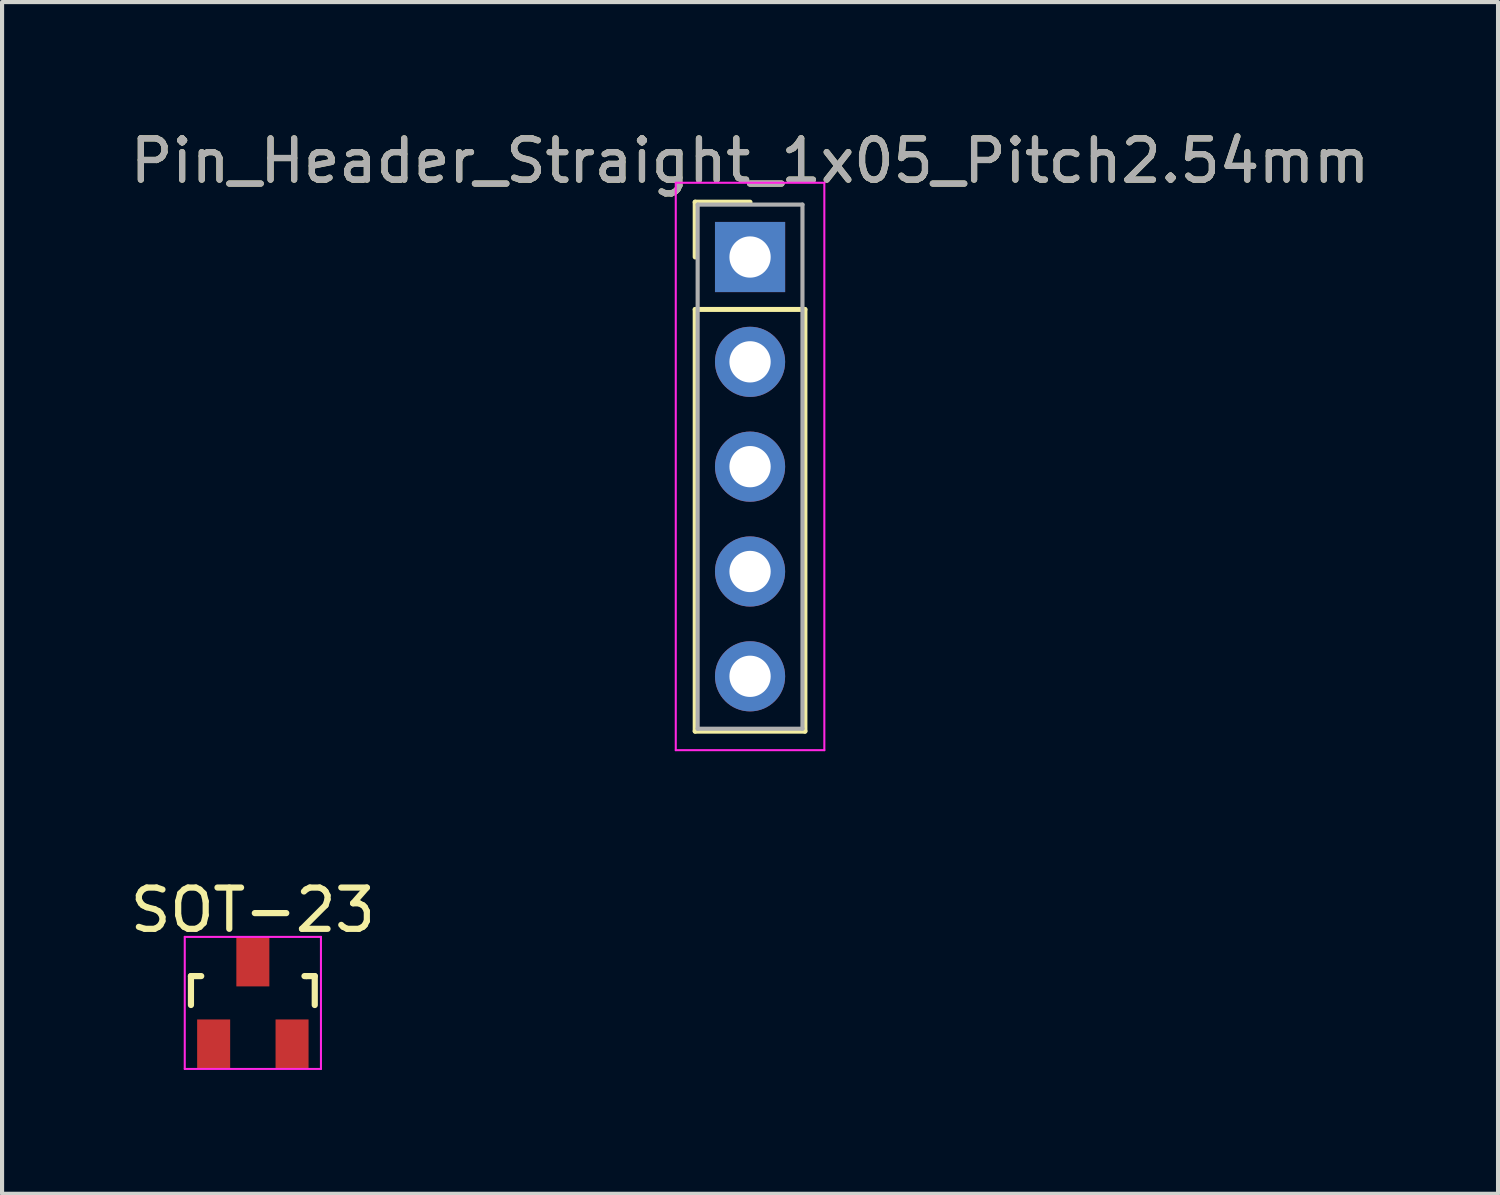
<source format=kicad_pcb>
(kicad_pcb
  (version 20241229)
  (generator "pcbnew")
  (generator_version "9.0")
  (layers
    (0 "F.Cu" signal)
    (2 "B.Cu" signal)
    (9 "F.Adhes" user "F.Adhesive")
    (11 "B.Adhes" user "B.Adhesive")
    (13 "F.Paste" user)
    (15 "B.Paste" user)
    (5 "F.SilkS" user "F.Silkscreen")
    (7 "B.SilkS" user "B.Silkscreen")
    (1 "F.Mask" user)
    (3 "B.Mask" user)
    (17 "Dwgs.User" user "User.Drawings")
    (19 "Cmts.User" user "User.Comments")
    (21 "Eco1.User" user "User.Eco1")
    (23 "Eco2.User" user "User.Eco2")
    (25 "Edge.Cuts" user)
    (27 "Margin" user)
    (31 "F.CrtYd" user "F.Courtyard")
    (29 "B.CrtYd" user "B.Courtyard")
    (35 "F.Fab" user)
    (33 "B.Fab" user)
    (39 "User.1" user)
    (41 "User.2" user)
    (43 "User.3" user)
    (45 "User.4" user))
  (footprint "Pin_Header_Straight_1x05_Pitch2.54mm"
    (layer "F.Cu")
    (at 15.125 8.258)
    (property "Reference" "Pin_Header_Straight_1x05_Pitch2.54mm" (at 0 -7.41 0) (layer "F.SilkS") (effects (font (size 1 1) (thickness 0.15))))
    (attr through_hole)
    (fp_line (start -1.33 -6.41) (end 0 -6.41) (stroke (width 0.12) (type solid)) (layer "F.SilkS"))
    (fp_line (start -1.33 -5.08) (end -1.33 -6.41) (stroke (width 0.12) (type solid)) (layer "F.SilkS"))
    (fp_line (start -1.33 -3.81) (end -1.33 6.41) (stroke (width 0.12) (type solid)) (layer "F.SilkS"))
    (fp_line (start -1.33 6.41) (end 1.33 6.41) (stroke (width 0.12) (type solid)) (layer "F.SilkS"))
    (fp_line (start 1.33 -3.81) (end -1.33 -3.81) (stroke (width 0.12) (type solid)) (layer "F.SilkS"))
    (fp_line (start 1.33 6.41) (end 1.33 -3.81) (stroke (width 0.12) (type solid)) (layer "F.SilkS"))
    (fp_line (start -1.8 -6.88) (end -1.8 6.87) (stroke (width 0.05) (type solid)) (layer "F.CrtYd"))
    (fp_line (start -1.8 6.87) (end 1.8 6.87) (stroke (width 0.05) (type solid)) (layer "F.CrtYd"))
    (fp_line (start 1.8 -6.88) (end -1.8 -6.88) (stroke (width 0.05) (type solid)) (layer "F.CrtYd"))
    (fp_line (start 1.8 6.87) (end 1.8 -6.88) (stroke (width 0.05) (type solid)) (layer "F.CrtYd"))
    (fp_line (start -1.27 -6.35) (end -1.27 6.35) (stroke (width 0.1) (type solid)) (layer "F.Fab"))
    (fp_line (start -1.27 6.35) (end 1.27 6.35) (stroke (width 0.1) (type solid)) (layer "F.Fab"))
    (fp_line (start 1.27 -6.35) (end -1.27 -6.35) (stroke (width 0.1) (type solid)) (layer "F.Fab"))
    (fp_line (start 1.27 6.35) (end 1.27 -6.35) (stroke (width 0.1) (type solid)) (layer "F.Fab"))
    (fp_text user "${REFERENCE}" (at 0 -7.41 0) (layer "F.Fab") (effects (font (size 1 1) (thickness 0.15))))
    (pad "1" thru_hole rect (at 0 -5.08) (size 1.7 1.7) (drill 1) (layers "*.Cu" "*.Mask"))
    (pad "2" thru_hole oval (at 0 -2.54) (size 1.7 1.7) (drill 1) (layers "*.Cu" "*.Mask"))
    (pad "3" thru_hole oval (at 0 0) (size 1.7 1.7) (drill 1) (layers "*.Cu" "*.Mask"))
    (pad "4" thru_hole oval (at 0 2.54) (size 1.7 1.7) (drill 1) (layers "*.Cu" "*.Mask"))
    (pad "5" thru_hole oval (at 0 5.08) (size 1.7 1.7) (drill 1) (layers "*.Cu" "*.Mask")))
  (footprint "SOT-23"
    (layer "F.Cu")
    (at 3.077 21.252)
    (property "Reference" "SOT-23" (at 0 -2.25 0) (layer "F.SilkS") (effects (font (size 1 1) (thickness 0.15))))
    (attr smd)
    (fp_line (start -1.5 -0.65) (end -1.251 -0.65) (stroke (width 0.15) (type solid)) (layer "F.SilkS"))
    (fp_line (start -1.5 0.051) (end -1.5 -0.65) (stroke (width 0.15) (type solid)) (layer "F.SilkS"))
    (fp_line (start 1.299 -0.65) (end 1.251 -0.65) (stroke (width 0.15) (type solid)) (layer "F.SilkS"))
    (fp_line (start 1.299 -0.65) (end 1.5 -0.65) (stroke (width 0.15) (type solid)) (layer "F.SilkS"))
    (fp_line (start 1.5 -0.65) (end 1.5 0.051) (stroke (width 0.15) (type solid)) (layer "F.SilkS"))
    (fp_line (start -1.65 -1.6) (end 1.65 -1.6) (stroke (width 0.05) (type solid)) (layer "F.CrtYd"))
    (fp_line (start -1.65 1.6) (end -1.65 -1.6) (stroke (width 0.05) (type solid)) (layer "F.CrtYd"))
    (fp_line (start 1.65 -1.6) (end 1.65 1.6) (stroke (width 0.05) (type solid)) (layer "F.CrtYd"))
    (fp_line (start 1.65 1.6) (end -1.65 1.6) (stroke (width 0.05) (type solid)) (layer "F.CrtYd"))
    (pad "1" smd rect (at -0.95 1.001) (size 0.8 1.2) (layers "F.Cu" "F.Mask" "F.Paste"))
    (pad "2" smd rect (at 0.95 1.001) (size 0.8 1.2) (layers "F.Cu" "F.Mask" "F.Paste"))
    (pad "3" smd rect (at 0 -1) (size 0.8 1.2) (layers "F.Cu" "F.Mask" "F.Paste")))
  (gr_rect
    (start -3 -3)
    (end 33.25 25.877)
    (stroke (width 0.1) (type default))
    (fill no)
    (layer "Edge.Cuts")))
</source>
